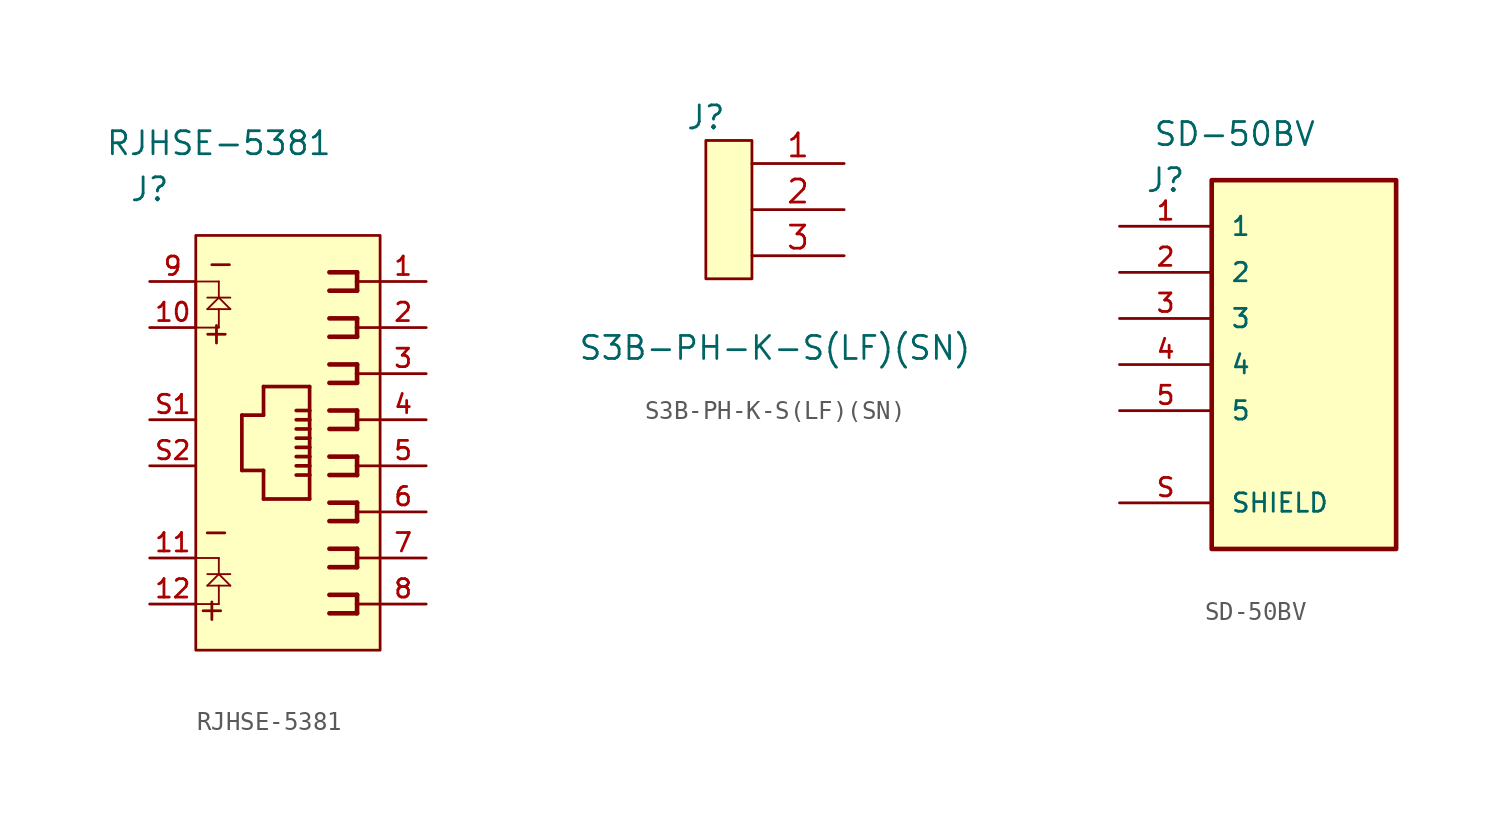
<source format=kicad_sym>
(kicad_symbol_lib
  (version 20220914)
  (generator kicad_symbol_editor)
  (symbol "RJHSE-5381"
    (pin_names
      (offset 1.016))
    (property "Reference" "J"
      (at -2.54 2.54 0)
      (effects (font (size 1.27 1.27))))
    (property "Value" "RJHSE-5381"
      (at 1.27 5.08 0)
      (effects (font (size 1.27 1.27))))
    (symbol "RJHSE-5381_1_1"
      (rectangle (start 0 -22.86) (end 10.16 0) (stroke (width 0.152) (type default)) (fill (type background)))
      (polyline (pts (xy 0 -20.32) (xy 1.27 -20.32)) (stroke (width 0.102) (type default)) (fill (type none)))
      (polyline (pts (xy 0 -17.78) (xy 1.27 -17.78)) (stroke (width 0.102) (type default)) (fill (type none)))
      (polyline (pts (xy 0 -5.08) (xy 1.27 -5.08)) (stroke (width 0.102) (type default)) (fill (type none)))
      (polyline (pts (xy 0 -2.54) (xy 0 -5.08)) (stroke (width 0.152) (type default)) (fill (type none)))
      (polyline (pts (xy 0 -2.54) (xy 1.27 -2.54)) (stroke (width 0.102) (type default)) (fill (type none)))
      (polyline (pts (xy 0.635 -19.304) (xy 1.27 -19.304)) (stroke (width 0.102) (type default)) (fill (type none)))
      (polyline (pts (xy 0.635 -18.669) (xy 1.27 -18.669)) (stroke (width 0.102) (type default)) (fill (type none)))
      (polyline (pts (xy 0.635 -4.064) (xy 1.27 -4.064)) (stroke (width 0.102) (type default)) (fill (type none)))
      (polyline (pts (xy 0.635 -3.429) (xy 1.27 -3.429)) (stroke (width 0.102) (type default)) (fill (type none)))
      (polyline (pts (xy 1.27 -20.32) (xy 1.27 -19.304)) (stroke (width 0.102) (type default)) (fill (type none)))
      (polyline (pts (xy 1.27 -19.304) (xy 1.905 -19.304)) (stroke (width 0.102) (type default)) (fill (type none)))
      (polyline (pts (xy 1.27 -18.669) (xy 0.635 -19.304)) (stroke (width 0.102) (type default)) (fill (type none)))
      (polyline (pts (xy 1.27 -18.669) (xy 1.905 -18.669)) (stroke (width 0.102) (type default)) (fill (type none)))
      (polyline (pts (xy 1.27 -17.78) (xy 1.27 -18.669)) (stroke (width 0.102) (type default)) (fill (type none)))
      (polyline (pts (xy 1.27 -5.08) (xy 1.27 -4.064)) (stroke (width 0.102) (type default)) (fill (type none)))
      (polyline (pts (xy 1.27 -4.064) (xy 1.905 -4.064)) (stroke (width 0.102) (type default)) (fill (type none)))
      (polyline (pts (xy 1.27 -3.429) (xy 0.635 -4.064)) (stroke (width 0.102) (type default)) (fill (type none)))
      (polyline (pts (xy 1.27 -3.429) (xy 1.905 -3.429)) (stroke (width 0.102) (type default)) (fill (type none)))
      (polyline (pts (xy 1.27 -2.54) (xy 1.27 -3.429)) (stroke (width 0.102) (type default)) (fill (type none)))
      (polyline (pts (xy 1.905 -19.304) (xy 1.27 -18.669)) (stroke (width 0.102) (type default)) (fill (type none)))
      (polyline (pts (xy 1.905 -4.064) (xy 1.27 -3.429)) (stroke (width 0.102) (type default)) (fill (type none)))
      (polyline (pts (xy 2.54 -12.954) (xy 2.54 -9.906)) (stroke (width 0.203) (type default)) (fill (type none)))
      (polyline (pts (xy 2.54 -9.906) (xy 3.734 -9.906)) (stroke (width 0.203) (type default)) (fill (type none)))
      (polyline (pts (xy 3.734 -14.529) (xy 3.734 -12.954)) (stroke (width 0.203) (type default)) (fill (type none)))
      (polyline (pts (xy 3.734 -12.954) (xy 2.54 -12.954)) (stroke (width 0.203) (type default)) (fill (type none)))
      (polyline (pts (xy 3.734 -9.906) (xy 3.734 -8.331)) (stroke (width 0.203) (type default)) (fill (type none)))
      (polyline (pts (xy 3.734 -8.331) (xy 6.274 -8.331)) (stroke (width 0.203) (type default)) (fill (type none)))
      (polyline (pts (xy 6.274 -14.529) (xy 3.734 -14.529)) (stroke (width 0.203) (type default)) (fill (type none)))
      (polyline (pts (xy 6.274 -13.208) (xy 5.537 -13.208)) (stroke (width 0.203) (type default)) (fill (type none)))
      (polyline (pts (xy 6.274 -13.208) (xy 6.274 -14.529)) (stroke (width 0.203) (type default)) (fill (type none)))
      (polyline (pts (xy 6.274 -12.7) (xy 5.537 -12.7)) (stroke (width 0.203) (type default)) (fill (type none)))
      (polyline (pts (xy 6.274 -12.7) (xy 6.274 -13.208)) (stroke (width 0.203) (type default)) (fill (type none)))
      (polyline (pts (xy 6.274 -12.192) (xy 5.537 -12.192)) (stroke (width 0.203) (type default)) (fill (type none)))
      (polyline (pts (xy 6.274 -12.192) (xy 6.274 -12.7)) (stroke (width 0.203) (type default)) (fill (type none)))
      (polyline (pts (xy 6.274 -11.684) (xy 5.537 -11.684)) (stroke (width 0.203) (type default)) (fill (type none)))
      (polyline (pts (xy 6.274 -11.684) (xy 6.274 -12.192)) (stroke (width 0.203) (type default)) (fill (type none)))
      (polyline (pts (xy 6.274 -11.176) (xy 5.537 -11.176)) (stroke (width 0.203) (type default)) (fill (type none)))
      (polyline (pts (xy 6.274 -11.176) (xy 6.274 -11.684)) (stroke (width 0.203) (type default)) (fill (type none)))
      (polyline (pts (xy 6.274 -10.668) (xy 5.537 -10.668)) (stroke (width 0.203) (type default)) (fill (type none)))
      (polyline (pts (xy 6.274 -10.668) (xy 6.274 -11.176)) (stroke (width 0.203) (type default)) (fill (type none)))
      (polyline (pts (xy 6.274 -10.16) (xy 5.537 -10.16)) (stroke (width 0.203) (type default)) (fill (type none)))
      (polyline (pts (xy 6.274 -10.16) (xy 6.274 -10.668)) (stroke (width 0.203) (type default)) (fill (type none)))
      (polyline (pts (xy 6.274 -9.652) (xy 5.537 -9.652)) (stroke (width 0.203) (type default)) (fill (type none)))
      (polyline (pts (xy 6.274 -9.652) (xy 6.274 -10.16)) (stroke (width 0.203) (type default)) (fill (type none)))
      (polyline (pts (xy 6.274 -8.331) (xy 6.274 -9.652)) (stroke (width 0.203) (type default)) (fill (type none)))
      (polyline (pts (xy 7.366 -19.812) (xy 8.89 -19.812)) (stroke (width 0.254) (type default)) (fill (type none)))
      (polyline (pts (xy 7.366 -17.272) (xy 8.89 -17.272)) (stroke (width 0.254) (type default)) (fill (type none)))
      (polyline (pts (xy 7.366 -14.732) (xy 8.89 -14.732)) (stroke (width 0.254) (type default)) (fill (type none)))
      (polyline (pts (xy 7.366 -12.192) (xy 8.89 -12.192)) (stroke (width 0.254) (type default)) (fill (type none)))
      (polyline (pts (xy 7.366 -9.652) (xy 8.89 -9.652)) (stroke (width 0.254) (type default)) (fill (type none)))
      (polyline (pts (xy 7.366 -7.112) (xy 8.89 -7.112)) (stroke (width 0.254) (type default)) (fill (type none)))
      (polyline (pts (xy 7.366 -4.572) (xy 8.89 -4.572)) (stroke (width 0.254) (type default)) (fill (type none)))
      (polyline (pts (xy 7.366 -2.032) (xy 8.89 -2.032)) (stroke (width 0.254) (type default)) (fill (type none)))
      (polyline (pts (xy 8.89 -20.828) (xy 7.366 -20.828)) (stroke (width 0.254) (type default)) (fill (type none)))
      (polyline (pts (xy 8.89 -20.32) (xy 8.89 -20.828)) (stroke (width 0.254) (type default)) (fill (type none)))
      (polyline (pts (xy 8.89 -20.32) (xy 10.16 -20.32)) (stroke (width 0.152) (type default)) (fill (type none)))
      (polyline (pts (xy 8.89 -19.812) (xy 8.89 -20.32)) (stroke (width 0.254) (type default)) (fill (type none)))
      (polyline (pts (xy 8.89 -18.288) (xy 7.366 -18.288)) (stroke (width 0.254) (type default)) (fill (type none)))
      (polyline (pts (xy 8.89 -17.78) (xy 8.89 -18.288)) (stroke (width 0.254) (type default)) (fill (type none)))
      (polyline (pts (xy 8.89 -17.78) (xy 10.16 -17.78)) (stroke (width 0.152) (type default)) (fill (type none)))
      (polyline (pts (xy 8.89 -17.272) (xy 8.89 -17.78)) (stroke (width 0.254) (type default)) (fill (type none)))
      (polyline (pts (xy 8.89 -15.748) (xy 7.366 -15.748)) (stroke (width 0.254) (type default)) (fill (type none)))
      (polyline (pts (xy 8.89 -15.24) (xy 8.89 -15.748)) (stroke (width 0.254) (type default)) (fill (type none)))
      (polyline (pts (xy 8.89 -15.24) (xy 10.16 -15.24)) (stroke (width 0.152) (type default)) (fill (type none)))
      (polyline (pts (xy 8.89 -14.732) (xy 8.89 -15.24)) (stroke (width 0.254) (type default)) (fill (type none)))
      (polyline (pts (xy 8.89 -13.208) (xy 7.366 -13.208)) (stroke (width 0.254) (type default)) (fill (type none)))
      (polyline (pts (xy 8.89 -12.7) (xy 8.89 -13.208)) (stroke (width 0.254) (type default)) (fill (type none)))
      (polyline (pts (xy 8.89 -12.7) (xy 10.16 -12.7)) (stroke (width 0.152) (type default)) (fill (type none)))
      (polyline (pts (xy 8.89 -12.192) (xy 8.89 -12.7)) (stroke (width 0.254) (type default)) (fill (type none)))
      (polyline (pts (xy 8.89 -10.668) (xy 7.366 -10.668)) (stroke (width 0.254) (type default)) (fill (type none)))
      (polyline (pts (xy 8.89 -10.16) (xy 8.89 -10.668)) (stroke (width 0.254) (type default)) (fill (type none)))
      (polyline (pts (xy 8.89 -10.16) (xy 10.16 -10.16)) (stroke (width 0.152) (type default)) (fill (type none)))
      (polyline (pts (xy 8.89 -9.652) (xy 8.89 -10.16)) (stroke (width 0.254) (type default)) (fill (type none)))
      (polyline (pts (xy 8.89 -8.128) (xy 7.366 -8.128)) (stroke (width 0.254) (type default)) (fill (type none)))
      (polyline (pts (xy 8.89 -7.62) (xy 8.89 -8.128)) (stroke (width 0.254) (type default)) (fill (type none)))
      (polyline (pts (xy 8.89 -7.62) (xy 10.16 -7.62)) (stroke (width 0.152) (type default)) (fill (type none)))
      (polyline (pts (xy 8.89 -7.112) (xy 8.89 -7.62)) (stroke (width 0.254) (type default)) (fill (type none)))
      (polyline (pts (xy 8.89 -5.588) (xy 7.366 -5.588)) (stroke (width 0.254) (type default)) (fill (type none)))
      (polyline (pts (xy 8.89 -5.08) (xy 8.89 -5.588)) (stroke (width 0.254) (type default)) (fill (type none)))
      (polyline (pts (xy 8.89 -5.08) (xy 10.16 -5.08)) (stroke (width 0.152) (type default)) (fill (type none)))
      (polyline (pts (xy 8.89 -4.572) (xy 8.89 -5.08)) (stroke (width 0.254) (type default)) (fill (type none)))
      (polyline (pts (xy 8.89 -3.048) (xy 7.366 -3.048)) (stroke (width 0.254) (type default)) (fill (type none)))
      (polyline (pts (xy 8.89 -2.54) (xy 8.89 -3.048)) (stroke (width 0.254) (type default)) (fill (type none)))
      (polyline (pts (xy 8.89 -2.54) (xy 10.16 -2.54)) (stroke (width 0.152) (type default)) (fill (type none)))
      (polyline (pts (xy 8.89 -2.032) (xy 8.89 -2.54)) (stroke (width 0.254) (type default)) (fill (type none)))
      (text "+" (at 0 -21.336 0) (effects (font (size 1.27 1.27)) (justify left bottom)))
      (text "+" (at 0.254 -6.096 0) (effects (font (size 1.27 1.27)) (justify left bottom)))
      (text "-" (at 0.229 -17.043 0) (effects (font (size 1.27 1.27)) (justify left bottom)))
      (text "-" (at 0.483 -2.261 0) (effects (font (size 1.27 1.27)) (justify left bottom)))
      (pin passive line (at 12.7 -2.54 180) (length 2.54) (name "~" (effects (font (size 1.016 1.016)))) (number "1" (effects (font (size 1.016 1.016)))))
      (pin passive line (at -2.54 -5.08 0) (length 2.54) (name "~" (effects (font (size 1.016 1.016)))) (number "10" (effects (font (size 1.016 1.016)))))
      (pin passive line (at -2.54 -17.78 0) (length 2.54) (name "~" (effects (font (size 1.016 1.016)))) (number "11" (effects (font (size 1.016 1.016)))))
      (pin passive line (at -2.54 -20.32 0) (length 2.54) (name "~" (effects (font (size 1.016 1.016)))) (number "12" (effects (font (size 1.016 1.016)))))
      (pin passive line (at 12.7 -5.08 180) (length 2.54) (name "~" (effects (font (size 1.016 1.016)))) (number "2" (effects (font (size 1.016 1.016)))))
      (pin passive line (at 12.7 -7.62 180) (length 2.54) (name "~" (effects (font (size 1.016 1.016)))) (number "3" (effects (font (size 1.016 1.016)))))
      (pin passive line (at 12.7 -10.16 180) (length 2.54) (name "~" (effects (font (size 1.016 1.016)))) (number "4" (effects (font (size 1.016 1.016)))))
      (pin passive line (at 12.7 -12.7 180) (length 2.54) (name "~" (effects (font (size 1.016 1.016)))) (number "5" (effects (font (size 1.016 1.016)))))
      (pin passive line (at 12.7 -15.24 180) (length 2.54) (name "~" (effects (font (size 1.016 1.016)))) (number "6" (effects (font (size 1.016 1.016)))))
      (pin passive line (at 12.7 -17.78 180) (length 2.54) (name "~" (effects (font (size 1.016 1.016)))) (number "7" (effects (font (size 1.016 1.016)))))
      (pin passive line (at 12.7 -20.32 180) (length 2.54) (name "~" (effects (font (size 1.016 1.016)))) (number "8" (effects (font (size 1.016 1.016)))))
      (pin passive line (at -2.54 -2.54 0) (length 2.54) (name "~" (effects (font (size 1.016 1.016)))) (number "9" (effects (font (size 1.016 1.016)))))
      (pin passive line (at -2.54 -10.16 0) (length 2.54) (name "~" (effects (font (size 1.016 1.016)))) (number "S1" (effects (font (size 1.016 1.016)))))
      (pin passive line (at -2.54 -12.7 0) (length 2.54) (name "~" (effects (font (size 1.016 1.016)))) (number "S2" (effects (font (size 1.016 1.016)))))))
  (symbol "S3B-PH-K-S(LF)(SN)"
    (pin_names
      (offset 1.016))
    (property "Reference" "J"
      (at 0 1.27 0)
      (effects (font (size 1.27 1.27))))
    (property "Value" "S3B-PH-K-S(LF)(SN)"
      (at 3.81 -11.43 0)
      (effects (font (size 1.27 1.27))))
    (symbol "S3B-PH-K-S(LF)(SN)_0_1"
      (rectangle (start 2.54 -7.62) (end 0 0) (stroke (width 0) (type default)) (fill (type background))))
    (symbol "S3B-PH-K-S(LF)(SN)_1_1"
      (pin passive line (at 7.62 -1.27 180) (length 5.08) (name "~" (effects (font (size 1.27 1.27)))) (number "1" (effects (font (size 1.27 1.27)))))
      (pin passive line (at 7.62 -3.81 180) (length 5.08) (name "~" (effects (font (size 1.27 1.27)))) (number "2" (effects (font (size 1.27 1.27)))))
      (pin passive line (at 7.62 -6.35 180) (length 5.08) (name "~" (effects (font (size 1.27 1.27)))) (number "3" (effects (font (size 1.27 1.27)))))))
  (symbol "SD-50BV"
    (pin_names
      (offset 1.016))
    (property "Reference" "J"
      (at -2.54 2.54 0)
      (effects (font (size 1.27 1.27))))
    (property "Value" "SD-50BV"
      (at 1.27 5.08 0)
      (effects (font (size 1.27 1.27))))
    (symbol "SD-50BV_1_1"
      (rectangle (start 0 -17.78) (end 10.16 2.54) (stroke (width 0.254) (type default)) (fill (type background)))
      (pin passive line (at -5.08 0 0) (length 5.08) (name "1" (effects (font (size 1.016 1.016)))) (number "1" (effects (font (size 1.016 1.016)))))
      (pin passive line (at -5.08 -2.54 0) (length 5.08) (name "2" (effects (font (size 1.016 1.016)))) (number "2" (effects (font (size 1.016 1.016)))))
      (pin passive line (at -5.08 -5.08 0) (length 5.08) (name "3" (effects (font (size 1.016 1.016)))) (number "3" (effects (font (size 1.016 1.016)))))
      (pin passive line (at -5.08 -7.62 0) (length 5.08) (name "4" (effects (font (size 1.016 1.016)))) (number "4" (effects (font (size 1.016 1.016)))))
      (pin passive line (at -5.08 -10.16 0) (length 5.08) (name "5" (effects (font (size 1.016 1.016)))) (number "5" (effects (font (size 1.016 1.016)))))
      (pin passive line (at -5.08 -15.24 0) (length 5.08) (name "SHIELD" (effects (font (size 1.016 1.016)))) (number "S" (effects (font (size 1.016 1.016))))))))
</source>
